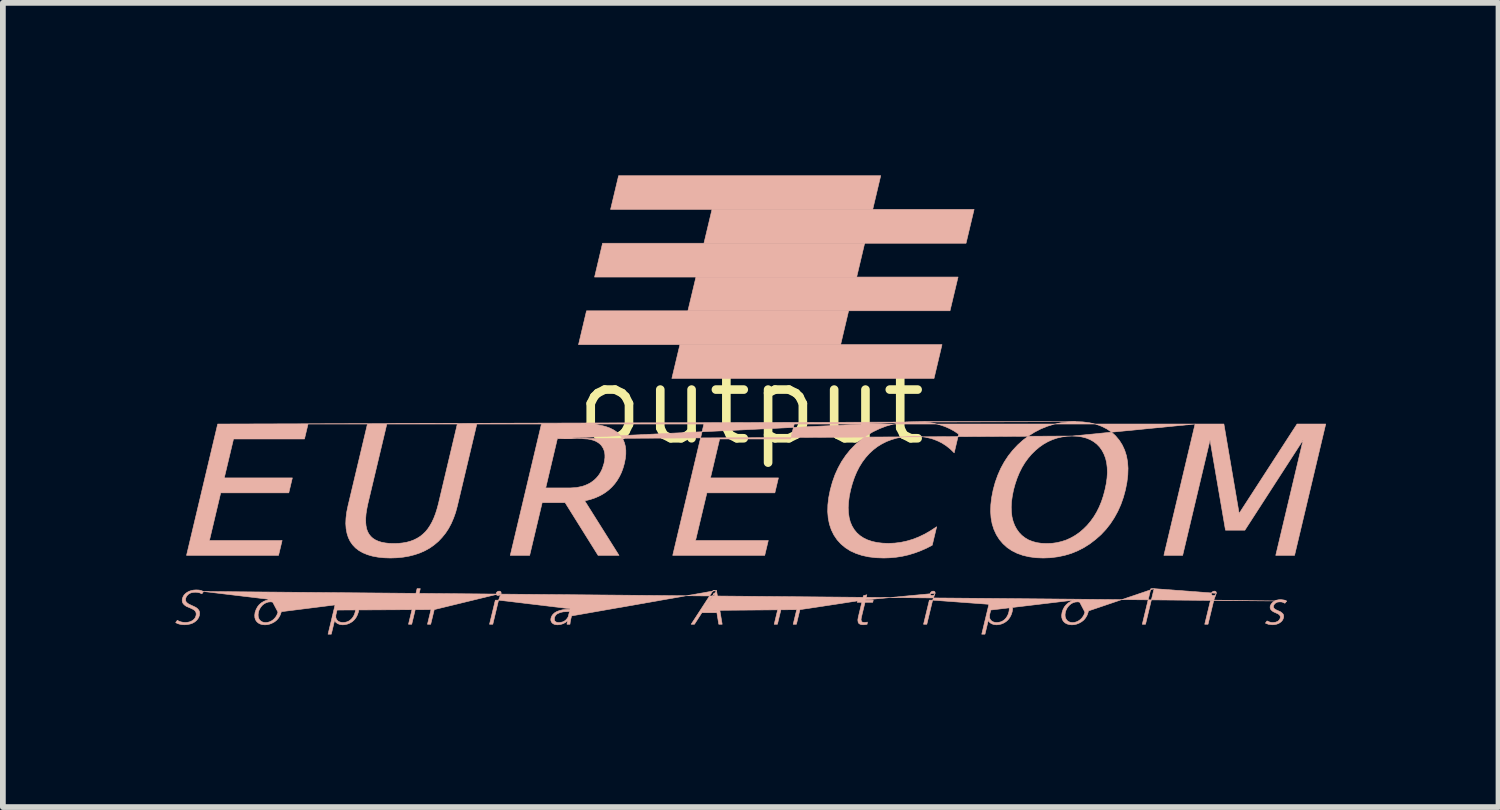
<source format=kicad_pcb>
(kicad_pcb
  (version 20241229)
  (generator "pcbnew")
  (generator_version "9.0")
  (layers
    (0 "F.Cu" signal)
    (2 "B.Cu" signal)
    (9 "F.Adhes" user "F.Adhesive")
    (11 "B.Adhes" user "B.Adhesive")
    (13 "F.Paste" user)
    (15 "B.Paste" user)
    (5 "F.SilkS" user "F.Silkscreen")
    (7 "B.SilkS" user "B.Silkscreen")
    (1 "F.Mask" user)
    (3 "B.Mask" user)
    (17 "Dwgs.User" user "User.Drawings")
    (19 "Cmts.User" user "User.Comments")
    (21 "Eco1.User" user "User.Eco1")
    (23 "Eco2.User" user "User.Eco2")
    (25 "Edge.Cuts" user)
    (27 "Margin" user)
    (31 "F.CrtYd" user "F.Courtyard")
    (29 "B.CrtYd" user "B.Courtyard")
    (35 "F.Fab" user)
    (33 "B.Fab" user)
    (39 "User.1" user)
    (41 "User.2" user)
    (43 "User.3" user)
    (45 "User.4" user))
  (footprint "output"
    (layer "F.Cu")
    (at 10.005 3.992)
    (property "Reference" "output" (at 0 0 0) (layer "F.SilkS") (effects (font (size 1.27 1.27) (thickness 0.15))))
    (attr through_hole)
    (fp_poly (pts (xy -2.855 -1.637) (xy 1.703 -1.637) (xy 1.564 -1.049) (xy -2.994 -1.049) (xy -2.855 -1.637)) (stroke (width 0.01) (type solid)) (fill yes) (layer "B.SilkS"))
    (fp_poly (pts (xy -2.576 -2.812) (xy 1.982 -2.812) (xy 1.843 -2.224) (xy -2.715 -2.224) (xy -2.576 -2.812)) (stroke (width 0.01) (type solid)) (fill yes) (layer "B.SilkS"))
    (fp_poly (pts (xy -2.297 -3.987) (xy 2.261 -3.987) (xy 2.122 -3.4) (xy -2.437 -3.4) (xy -2.297 -3.987)) (stroke (width 0.01) (type solid)) (fill yes) (layer "B.SilkS"))
    (fp_poly (pts (xy -1.231 -1.049) (xy 3.327 -1.049) (xy 3.188 -0.461) (xy -1.371 -0.461) (xy -1.231 -1.049)) (stroke (width 0.01) (type solid)) (fill yes) (layer "B.SilkS"))
    (fp_poly (pts (xy -0.952 -2.224) (xy 3.606 -2.224) (xy 3.466 -1.637) (xy -1.092 -1.637) (xy -0.952 -2.224)) (stroke (width 0.01) (type solid)) (fill yes) (layer "B.SilkS"))
    (fp_poly (pts (xy -0.673 -3.4) (xy 3.885 -3.4) (xy 3.745 -2.812) (xy -0.813 -2.812) (xy -0.673 -3.4)) (stroke (width 0.01) (type solid)) (fill yes) (layer "B.SilkS"))
    (fp_poly (pts (xy 2.877 0.29) (xy 2.739 0.295) (xy 2.606 0.31) (xy 2.478 0.334) (xy 2.355 0.369) (xy 2.237 0.414) (xy 2.125 0.468) (xy 2.017 0.533) (xy 1.915 0.607) (xy 1.819 0.69) (xy 1.731 0.781) (xy 1.653 0.878) (xy 1.582 0.983) (xy 1.52 1.096) (xy 1.466 1.215) (xy 1.421 1.342) (xy 1.384 1.476) (xy 1.357 1.61) (xy 1.342 1.737) (xy 1.339 1.856) (xy 1.348 1.968) (xy 1.369 2.073) (xy 1.402 2.171) (xy 1.446 2.261) (xy 1.502 2.344) (xy 1.57 2.419) (xy 1.647 2.483) (xy 1.733 2.538) (xy 1.83 2.582) (xy 1.936 2.617) (xy 2.052 2.642) (xy 2.179 2.657) (xy 2.315 2.662) (xy 2.424 2.658) (xy 2.532 2.648) (xy 2.64 2.631) (xy 2.745 2.607) (xy 2.85 2.575) (xy 2.953 2.537) (xy 3.056 2.492) (xy 3.157 2.44) (xy 3.234 2.118) (xy 3.131 2.186) (xy 3.029 2.245) (xy 2.925 2.295) (xy 2.821 2.336) (xy 2.716 2.367) (xy 2.61 2.39) (xy 2.504 2.403) (xy 2.396 2.408) (xy 2.294 2.404) (xy 2.199 2.393) (xy 2.112 2.374) (xy 2.034 2.348) (xy 1.963 2.314) (xy 1.901 2.273) (xy 1.846 2.224) (xy 1.8 2.168) (xy 1.762 2.105) (xy 1.732 2.035) (xy 1.712 1.958) (xy 1.7 1.875) (xy 1.696 1.785) (xy 1.702 1.689) (xy 1.715 1.586) (xy 1.738 1.476) (xy 1.768 1.366) (xy 1.803 1.263) (xy 1.843 1.167) (xy 1.889 1.077) (xy 1.941 0.993) (xy 1.998 0.917) (xy 2.06 0.847) (xy 2.128 0.784) (xy 2.201 0.727) (xy 2.279 0.679) (xy 2.361 0.637) (xy 2.448 0.604) (xy 2.539 0.577) (xy 2.634 0.559) (xy 2.734 0.547) (xy 2.838 0.544) (xy 2.944 0.548) (xy 3.044 0.562) (xy 3.139 0.584) (xy 3.229 0.616) (xy 3.314 0.656) (xy 3.394 0.706) (xy 3.469 0.765) (xy 3.539 0.833) (xy 3.616 0.507) (xy 3.54 0.456) (xy 3.46 0.412) (xy 3.375 0.375) (xy 3.285 0.345) (xy 3.19 0.321) (xy 3.091 0.304) (xy 2.987 0.293) (xy 2.877 0.29) (xy 5.65 0.29) (xy 5.521 0.295) (xy 5.396 0.31) (xy 5.276 0.335) (xy 5.159 0.371) (xy 5.047 0.416) (xy 4.939 0.472) (xy 4.835 0.537) (xy 4.735 0.613) (xy 4.642 0.697) (xy 4.557 0.788) (xy 4.48 0.885) (xy 4.411 0.99) (xy 4.35 1.101) (xy 4.298 1.219) (xy 4.253 1.344) (xy 4.217 1.476) (xy 4.191 1.608) (xy 4.176 1.734) (xy 4.172 1.852) (xy 4.18 1.963) (xy 4.199 2.068) (xy 4.23 2.165) (xy 4.272 2.256) (xy 4.325 2.34) (xy 4.389 2.415) (xy 4.462 2.481) (xy 4.544 2.536) (xy 4.635 2.581) (xy 4.734 2.616) (xy 4.843 2.641) (xy 4.961 2.657) (xy 5.087 2.662) (xy 5.216 2.657) (xy 5.34 2.641) (xy 5.46 2.616) (xy 5.577 2.581) (xy 5.689 2.535) (xy 5.796 2.48) (xy 5.9 2.414) (xy 5.999 2.338) (xy 6.093 2.255) (xy 6.178 2.164) (xy 6.255 2.066) (xy 6.323 1.962) (xy 6.384 1.851) (xy 6.437 1.733) (xy 6.481 1.608) (xy 6.517 1.476) (xy 6.543 1.344) (xy 6.558 1.219) (xy 6.562 1.101) (xy 6.554 0.99) (xy 6.535 0.885) (xy 6.504 0.788) (xy 6.462 0.697) (xy 6.409 0.613) (xy 6.345 0.537) (xy 6.273 0.472) (xy 6.191 0.416) (xy 6.101 0.371) (xy 6.002 0.335) (xy 5.893 0.31) (xy 5.776 0.295) (xy 5.65 0.29) (xy -9.269 0.332) (xy -9.811 2.616) (xy -8.211 2.616) (xy -8.149 2.357) (xy -9.413 2.357) (xy -9.217 1.529) (xy -8.033 1.529) (xy -7.971 1.269) (xy -9.155 1.269) (xy -8.994 0.592) (xy -7.76 0.592) (xy -7.698 0.332) (xy -9.269 0.332) (xy -6.665 0.332) (xy -7.004 1.759) (xy -7.026 1.867) (xy -7.038 1.968) (xy -7.042 2.063) (xy -7.036 2.151) (xy -7.021 2.231) (xy -6.998 2.305) (xy -6.965 2.373) (xy -6.923 2.433) (xy -6.872 2.487) (xy -6.812 2.533) (xy -6.743 2.572) (xy -6.665 2.604) (xy -6.579 2.629) (xy -6.483 2.647) (xy -6.379 2.658) (xy -6.266 2.662) (xy -6.151 2.658) (xy -6.042 2.647) (xy -5.939 2.629) (xy -5.841 2.604) (xy -5.748 2.572) (xy -5.661 2.533) (xy -5.579 2.487) (xy -5.503 2.433) (xy -5.432 2.373) (xy -5.368 2.305) (xy -5.308 2.231) (xy -5.255 2.151) (xy -5.208 2.063) (xy -5.167 1.968) (xy -5.131 1.867) (xy -5.102 1.759) (xy -4.763 0.332) (xy -5.102 0.332) (xy -5.431 1.72) (xy -5.455 1.809) (xy -5.481 1.891) (xy -5.51 1.967) (xy -5.542 2.036) (xy -5.577 2.098) (xy -5.615 2.155) (xy -5.656 2.205) (xy -5.701 2.248) (xy -5.748 2.286) (xy -5.801 2.319) (xy -5.857 2.347) (xy -5.918 2.37) (xy -5.984 2.388) (xy -6.053 2.4) (xy -6.128 2.408) (xy -6.206 2.41) (xy -6.284 2.408) (xy -6.355 2.4) (xy -6.419 2.388) (xy -6.476 2.37) (xy -6.527 2.347) (xy -6.571 2.319) (xy -6.607 2.286) (xy -6.637 2.248) (xy -6.661 2.205) (xy -6.679 2.155) (xy -6.69 2.098) (xy -6.696 2.036) (xy -6.695 1.967) (xy -6.689 1.891) (xy -6.676 1.809) (xy -6.658 1.72) (xy -6.328 0.332) (xy -6.665 0.332) (xy -3.639 0.332) (xy -4.181 2.616) (xy -3.844 2.616) (xy -3.626 1.698) (xy -3.228 1.698) (xy -2.654 2.616) (xy -2.29 2.616) (xy -2.886 1.668) (xy -2.787 1.644) (xy -2.695 1.612) (xy -2.61 1.573) (xy -2.532 1.526) (xy -2.471 1.48) (xy -2.416 1.429) (xy -2.365 1.372) (xy -2.321 1.311) (xy -2.281 1.244) (xy -2.247 1.173) (xy -2.219 1.096) (xy -2.196 1.014) (xy -2.18 0.932) (xy -2.172 0.856) (xy -2.172 0.785) (xy -2.18 0.719) (xy -2.196 0.658) (xy -2.219 0.602) (xy -2.251 0.552) (xy -2.29 0.506) (xy -2.337 0.465) (xy -2.392 0.43) (xy -2.454 0.4) (xy -2.524 0.375) (xy -2.601 0.356) (xy -2.686 0.343) (xy -2.779 0.335) (xy -2.88 0.332) (xy -3.639 0.332) (xy -0.814 0.332) (xy -1.356 2.616) (xy 0.244 2.616) (xy 0.306 2.357) (xy -0.959 2.357) (xy -0.762 1.529) (xy 0.42 1.529) (xy 0.482 1.269) (xy -0.7 1.269) (xy -0.54 0.592) (xy 0.695 0.592) (xy 0.757 0.332) (xy -0.814 0.332) (xy 7.728 0.332) (xy 7.186 2.616) (xy 7.512 2.616) (xy 7.988 0.61) (xy 8.257 2.178) (xy 8.594 2.178) (xy 9.607 0.61) (xy 9.131 2.616) (xy 9.458 2.616) (xy 10 0.332) (xy 9.501 0.332) (xy 8.494 1.887) (xy 8.229 0.332) (xy 7.728 0.332) (xy 5.59 0.541) (xy 5.679 0.545) (xy 5.76 0.557) (xy 5.835 0.576) (xy 5.904 0.604) (xy 5.965 0.639) (xy 6.02 0.682) (xy 6.069 0.733) (xy 6.111 0.792) (xy 6.145 0.858) (xy 6.172 0.929) (xy 6.19 1.006) (xy 6.2 1.089) (xy 6.203 1.177) (xy 6.197 1.271) (xy 6.183 1.371) (xy 6.161 1.476) (xy 6.133 1.581) (xy 6.1 1.681) (xy 6.061 1.775) (xy 6.017 1.863) (xy 5.967 1.946) (xy 5.912 2.022) (xy 5.852 2.094) (xy 5.786 2.159) (xy 5.717 2.218) (xy 5.644 2.269) (xy 5.568 2.312) (xy 5.49 2.348) (xy 5.408 2.375) (xy 5.324 2.395) (xy 5.237 2.407) (xy 5.147 2.41) (xy 5.059 2.407) (xy 4.977 2.395) (xy 4.902 2.375) (xy 4.833 2.348) (xy 4.772 2.312) (xy 4.716 2.269) (xy 4.667 2.218) (xy 4.625 2.159) (xy 4.59 2.094) (xy 4.563 2.022) (xy 4.544 1.946) (xy 4.534 1.863) (xy 4.531 1.775) (xy 4.536 1.681) (xy 4.55 1.581) (xy 4.571 1.476) (xy 4.6 1.371) (xy 4.634 1.271) (xy 4.673 1.177) (xy 4.717 1.089) (xy 4.767 1.006) (xy 4.823 0.929) (xy 4.883 0.858) (xy 4.95 0.792) (xy 5.02 0.733) (xy 5.093 0.682) (xy 5.169 0.639) (xy 5.247 0.604) (xy 5.329 0.576) (xy 5.413 0.557) (xy 5.5 0.545) (xy 5.59 0.541) (xy -3.362 0.586) (xy -2.94 0.586) (xy -2.831 0.593) (xy -2.783 0.602) (xy -2.739 0.614) (xy -2.699 0.629) (xy -2.663 0.649) (xy -2.631 0.671) (xy -2.604 0.697) (xy -2.581 0.727) (xy -2.562 0.759) (xy -2.549 0.794) (xy -2.539 0.832) (xy -2.535 0.873) (xy -2.535 0.917) (xy -2.541 0.964) (xy -2.55 1.014) (xy -2.581 1.111) (xy -2.602 1.155) (xy -2.626 1.197) (xy -2.653 1.235) (xy -2.684 1.271) (xy -2.717 1.303) (xy -2.754 1.332) (xy -2.794 1.359) (xy -2.837 1.381) (xy -2.882 1.4) (xy -2.929 1.416) (xy -3.031 1.437) (xy -3.143 1.444) (xy -3.565 1.444) (xy -3.362 0.586)) (stroke (width 0.01) (type solid)) (fill yes) (layer "B.SilkS"))
    (fp_poly (pts (xy -9.515 3.244) (xy -9.564 3.225) (xy -9.6 3.219) (xy -9.645 3.217) (xy -9.688 3.22) (xy -9.729 3.228) (xy -9.766 3.241) (xy -9.801 3.259) (xy -9.83 3.281) (xy -9.854 3.306) (xy -9.871 3.335) (xy -9.883 3.366) (xy -9.887 3.395) (xy -9.884 3.422) (xy -9.875 3.446) (xy -9.859 3.467) (xy -9.838 3.486) (xy -9.813 3.503) (xy -9.747 3.531) (xy -9.693 3.557) (xy -9.673 3.571) (xy -9.658 3.587) (xy -9.649 3.604) (xy -9.644 3.623) (xy -9.643 3.643) (xy -9.647 3.666) (xy -9.656 3.691) (xy -9.669 3.714) (xy -9.687 3.733) (xy -9.709 3.75) (xy -9.735 3.764) (xy -9.764 3.774) (xy -9.797 3.78) (xy -9.833 3.783) (xy -9.873 3.78) (xy -9.911 3.772) (xy -9.944 3.76) (xy -9.971 3.745) (xy -10 3.785) (xy -9.972 3.8) (xy -9.935 3.812) (xy -9.892 3.82) (xy -9.847 3.823) (xy -9.795 3.819) (xy -9.749 3.81) (xy -9.708 3.796) (xy -9.672 3.776) (xy -9.642 3.752) (xy -9.618 3.725) (xy -9.6 3.695) (xy -9.588 3.662) (xy -9.584 3.631) (xy -9.585 3.604) (xy -9.593 3.579) (xy -9.607 3.558) (xy -9.626 3.538) (xy -9.651 3.52) (xy -9.717 3.489) (xy -9.773 3.463) (xy -9.81 3.435) (xy -9.821 3.419) (xy -9.827 3.402) (xy -9.828 3.382) (xy -9.825 3.359) (xy -9.809 3.324) (xy -9.777 3.291) (xy -9.754 3.277) (xy -9.727 3.266) (xy -9.695 3.26) (xy -9.658 3.257) (xy -9.618 3.26) (xy -9.585 3.267) (xy -9.544 3.285) (xy -9.515 3.244) (xy -8.336 3.385) (xy -8.382 3.389) (xy -8.426 3.399) (xy -8.469 3.417) (xy -8.51 3.442) (xy -8.547 3.474) (xy -8.577 3.512) (xy -8.601 3.557) (xy -8.619 3.608) (xy -8.625 3.656) (xy -8.623 3.698) (xy -8.612 3.735) (xy -8.592 3.766) (xy -8.565 3.791) (xy -8.532 3.809) (xy -8.493 3.82) (xy -8.447 3.824) (xy -8.405 3.821) (xy -8.363 3.811) (xy -8.321 3.794) (xy -8.279 3.771) (xy -8.241 3.74) (xy -8.208 3.701) (xy -8.183 3.655) (xy -8.163 3.6) (xy -8.157 3.554) (xy -8.158 3.513) (xy -8.169 3.477) (xy -8.187 3.445) (xy -8.214 3.419) (xy -8.247 3.401) (xy -8.288 3.389) (xy -8.336 3.385) (xy -8.221 3.603) (xy -8.234 3.641) (xy -8.251 3.675) (xy -8.274 3.705) (xy -8.301 3.733) (xy -8.332 3.755) (xy -8.365 3.771) (xy -8.4 3.781) (xy -8.436 3.785) (xy -8.47 3.781) (xy -8.5 3.771) (xy -8.524 3.755) (xy -8.544 3.733) (xy -8.558 3.706) (xy -8.565 3.676) (xy -8.566 3.643) (xy -8.561 3.606) (xy -8.551 3.572) (xy -8.535 3.54) (xy -8.515 3.51) (xy -8.491 3.482) (xy -8.461 3.458) (xy -8.427 3.44) (xy -8.389 3.428) (xy -8.347 3.424) (xy -8.294 3.432) (xy -8.273 3.441) (xy -8.256 3.453) (xy -8.232 3.484) (xy -8.219 3.522) (xy -8.216 3.563) (xy -8.221 3.603) (xy -7.174 3.471) (xy -7.16 3.395) (xy -7.212 3.395) (xy -7.224 3.456) (xy -7.24 3.528) (xy -7.35 3.987) (xy -7.294 3.987) (xy -7.237 3.75) (xy -7.235 3.75) (xy -7.214 3.781) (xy -7.182 3.804) (xy -7.141 3.819) (xy -7.093 3.824) (xy -7.051 3.82) (xy -7.009 3.81) (xy -6.969 3.793) (xy -6.929 3.769) (xy -6.894 3.737) (xy -6.864 3.698) (xy -6.84 3.652) (xy -6.821 3.598) (xy -6.814 3.553) (xy -6.816 3.512) (xy -6.825 3.476) (xy -6.842 3.444) (xy -6.866 3.419) (xy -6.896 3.401) (xy -6.933 3.389) (xy -6.976 3.385) (xy -7.034 3.391) (xy -7.087 3.408) (xy -7.133 3.435) (xy -7.172 3.471) (xy -7.174 3.471) (xy -7.193 3.567) (xy -7.185 3.543) (xy -7.171 3.52) (xy -7.13 3.474) (xy -7.102 3.453) (xy -7.071 3.438) (xy -7.037 3.429) (xy -6.999 3.424) (xy -6.963 3.429) (xy -6.933 3.439) (xy -6.909 3.455) (xy -6.891 3.478) (xy -6.879 3.504) (xy -6.873 3.534) (xy -6.873 3.566) (xy -6.878 3.6) (xy -6.89 3.64) (xy -6.907 3.675) (xy -6.928 3.706) (xy -6.954 3.733) (xy -6.983 3.755) (xy -7.016 3.771) (xy -7.051 3.78) (xy -7.09 3.784) (xy -7.123 3.781) (xy -7.15 3.773) (xy -7.174 3.761) (xy -7.192 3.744) (xy -7.206 3.723) (xy -7.214 3.701) (xy -7.216 3.676) (xy -7.213 3.649) (xy -7.193 3.567) (xy -5.503 3.559) (xy -5.498 3.524) (xy -5.497 3.494) (xy -5.5 3.468) (xy -5.509 3.447) (xy -5.534 3.415) (xy -5.566 3.397) (xy -5.6 3.387) (xy -5.629 3.385) (xy -5.681 3.391) (xy -5.731 3.408) (xy -5.775 3.434) (xy -5.809 3.466) (xy -5.811 3.466) (xy -5.746 3.195) (xy -5.802 3.195) (xy -5.951 3.814) (xy -5.895 3.814) (xy -5.833 3.556) (xy -5.827 3.535) (xy -5.817 3.517) (xy -5.788 3.482) (xy -5.749 3.453) (xy -5.703 3.433) (xy -5.655 3.426) (xy -5.623 3.429) (xy -5.597 3.437) (xy -5.578 3.45) (xy -5.566 3.468) (xy -5.558 3.489) (xy -5.555 3.512) (xy -5.561 3.565) (xy -5.621 3.814) (xy -5.565 3.814) (xy -5.503 3.559) (xy -4.341 3.276) (xy -4.341 3.261) (xy -4.346 3.249) (xy -4.357 3.241) (xy -4.374 3.238) (xy -4.392 3.241) (xy -4.407 3.249) (xy -4.419 3.261) (xy -4.426 3.276) (xy -4.426 3.29) (xy -4.421 3.303) (xy -4.409 3.311) (xy -4.393 3.314) (xy -4.376 3.312) (xy -4.36 3.304) (xy -4.348 3.291) (xy -4.341 3.276) (xy -4.385 3.395) (xy -4.441 3.395) (xy -4.542 3.814) (xy -4.485 3.814) (xy -4.385 3.395) (xy -3.086 3.551) (xy -3.08 3.52) (xy -3.079 3.492) (xy -3.083 3.464) (xy -3.092 3.438) (xy -3.108 3.416) (xy -3.135 3.4) (xy -3.17 3.389) (xy -3.216 3.385) (xy -3.253 3.387) (xy -3.292 3.394) (xy -3.331 3.405) (xy -3.369 3.421) (xy -3.361 3.455) (xy -3.33 3.441) (xy -3.297 3.431) (xy -3.233 3.424) (xy -3.183 3.43) (xy -3.166 3.438) (xy -3.154 3.448) (xy -3.139 3.473) (xy -3.135 3.502) (xy -3.143 3.554) (xy -3.212 3.556) (xy -3.272 3.563) (xy -3.326 3.576) (xy -3.371 3.593) (xy -3.409 3.615) (xy -3.439 3.642) (xy -3.46 3.672) (xy -3.473 3.707) (xy -3.476 3.729) (xy -3.475 3.75) (xy -3.468 3.769) (xy -3.457 3.787) (xy -3.44 3.802) (xy -3.418 3.814) (xy -3.391 3.821) (xy -3.358 3.824) (xy -3.305 3.818) (xy -3.258 3.803) (xy -3.219 3.781) (xy -3.19 3.756) (xy -3.187 3.756) (xy -3.195 3.814) (xy -3.143 3.814) (xy -3.137 3.765) (xy -3.126 3.714) (xy -3.086 3.551) (xy -3.172 3.679) (xy -3.187 3.708) (xy -3.219 3.744) (xy -3.242 3.76) (xy -3.27 3.773) (xy -3.302 3.781) (xy -3.339 3.785) (xy -3.374 3.78) (xy -3.4 3.765) (xy -3.409 3.753) (xy -3.414 3.738) (xy -3.413 3.7) (xy -3.404 3.678) (xy -3.392 3.659) (xy -3.377 3.642) (xy -3.357 3.629) (xy -3.312 3.61) (xy -3.26 3.598) (xy -3.151 3.592) (xy -3.172 3.679) (xy -0.595 3.226) (xy -0.653 3.226) (xy -1.035 3.814) (xy -0.978 3.814) (xy -0.849 3.613) (xy -0.588 3.613) (xy -0.555 3.814) (xy -0.496 3.814) (xy -0.595 3.226) (xy -0.825 3.574) (xy -0.7 3.381) (xy -0.667 3.327) (xy -0.639 3.275) (xy -0.636 3.275) (xy -0.632 3.327) (xy -0.626 3.384) (xy -0.594 3.574) (xy -0.825 3.574) (xy 0.856 3.56) (xy 0.862 3.525) (xy 0.863 3.495) (xy 0.859 3.469) (xy 0.851 3.447) (xy 0.826 3.416) (xy 0.793 3.397) (xy 0.759 3.387) (xy 0.73 3.385) (xy 0.673 3.392) (xy 0.622 3.41) (xy 0.579 3.436) (xy 0.546 3.468) (xy 0.544 3.468) (xy 0.557 3.395) (xy 0.506 3.395) (xy 0.497 3.443) (xy 0.485 3.497) (xy 0.409 3.814) (xy 0.465 3.814) (xy 0.527 3.555) (xy 0.536 3.53) (xy 0.55 3.506) (xy 0.568 3.485) (xy 0.591 3.465) (xy 0.616 3.448) (xy 0.644 3.436) (xy 0.673 3.428) (xy 0.704 3.425) (xy 0.736 3.429) (xy 0.762 3.437) (xy 0.781 3.45) (xy 0.794 3.468) (xy 0.802 3.489) (xy 0.805 3.513) (xy 0.799 3.566) (xy 0.739 3.814) (xy 0.795 3.814) (xy 0.856 3.56) (xy 1.942 3.395) (xy 1.862 3.395) (xy 1.853 3.433) (xy 1.933 3.433) (xy 1.871 3.691) (xy 1.863 3.739) (xy 1.869 3.781) (xy 1.879 3.798) (xy 1.897 3.811) (xy 1.922 3.82) (xy 1.955 3.823) (xy 1.995 3.82) (xy 2.025 3.814) (xy 2.029 3.776) (xy 2.005 3.781) (xy 1.974 3.783) (xy 1.943 3.778) (xy 1.932 3.77) (xy 1.925 3.76) (xy 1.919 3.733) (xy 1.924 3.697) (xy 1.988 3.433) (xy 2.122 3.433) (xy 2.131 3.395) (xy 1.997 3.395) (xy 2.02 3.301) (xy 1.96 3.318) (xy 1.942 3.395) (xy 3.207 3.276) (xy 3.207 3.261) (xy 3.202 3.249) (xy 3.191 3.241) (xy 3.174 3.238) (xy 3.156 3.241) (xy 3.141 3.249) (xy 3.129 3.261) (xy 3.122 3.276) (xy 3.122 3.29) (xy 3.128 3.303) (xy 3.139 3.311) (xy 3.155 3.314) (xy 3.172 3.312) (xy 3.188 3.304) (xy 3.2 3.291) (xy 3.207 3.276) (xy 3.164 3.395) (xy 3.107 3.395) (xy 3.006 3.814) (xy 3.063 3.814) (xy 3.164 3.395) (xy 4.195 3.471) (xy 4.208 3.395) (xy 4.157 3.395) (xy 4.145 3.456) (xy 4.128 3.528) (xy 4.018 3.987) (xy 4.074 3.987) (xy 4.131 3.75) (xy 4.133 3.75) (xy 4.154 3.781) (xy 4.186 3.804) (xy 4.227 3.819) (xy 4.275 3.824) (xy 4.318 3.82) (xy 4.359 3.81) (xy 4.4 3.793) (xy 4.439 3.769) (xy 4.475 3.737) (xy 4.505 3.698) (xy 4.529 3.652) (xy 4.547 3.598) (xy 4.554 3.553) (xy 4.553 3.512) (xy 4.544 3.476) (xy 4.527 3.444) (xy 4.502 3.419) (xy 4.472 3.401) (xy 4.435 3.389) (xy 4.392 3.385) (xy 4.334 3.391) (xy 4.282 3.408) (xy 4.236 3.435) (xy 4.197 3.471) (xy 4.195 3.471) (xy 4.175 3.567) (xy 4.184 3.543) (xy 4.197 3.52) (xy 4.239 3.474) (xy 4.266 3.453) (xy 4.297 3.438) (xy 4.332 3.429) (xy 4.369 3.424) (xy 4.406 3.429) (xy 4.436 3.439) (xy 4.46 3.455) (xy 4.478 3.478) (xy 4.489 3.504) (xy 4.496 3.534) (xy 4.496 3.566) (xy 4.49 3.6) (xy 4.478 3.64) (xy 4.461 3.675) (xy 4.44 3.706) (xy 4.415 3.733) (xy 4.385 3.755) (xy 4.353 3.771) (xy 4.317 3.78) (xy 4.278 3.784) (xy 4.246 3.781) (xy 4.218 3.773) (xy 4.195 3.761) (xy 4.176 3.744) (xy 4.162 3.723) (xy 4.154 3.701) (xy 4.152 3.676) (xy 4.155 3.649) (xy 4.175 3.567) (xy 5.698 3.385) (xy 5.652 3.389) (xy 5.607 3.399) (xy 5.565 3.417) (xy 5.524 3.442) (xy 5.487 3.474) (xy 5.456 3.512) (xy 5.432 3.557) (xy 5.415 3.608) (xy 5.408 3.656) (xy 5.41 3.698) (xy 5.421 3.735) (xy 5.441 3.766) (xy 5.468 3.791) (xy 5.502 3.809) (xy 5.541 3.82) (xy 5.586 3.824) (xy 5.628 3.821) (xy 5.671 3.811) (xy 5.713 3.794) (xy 5.754 3.771) (xy 5.793 3.74) (xy 5.825 3.701) (xy 5.851 3.655) (xy 5.87 3.6) (xy 5.877 3.554) (xy 5.875 3.513) (xy 5.865 3.477) (xy 5.846 3.445) (xy 5.82 3.419) (xy 5.786 3.401) (xy 5.746 3.389) (xy 5.698 3.385) (xy 5.812 3.603) (xy 5.8 3.641) (xy 5.782 3.675) (xy 5.76 3.705) (xy 5.732 3.733) (xy 5.701 3.755) (xy 5.669 3.771) (xy 5.634 3.781) (xy 5.597 3.785) (xy 5.563 3.781) (xy 5.534 3.771) (xy 5.509 3.755) (xy 5.49 3.733) (xy 5.476 3.706) (xy 5.468 3.676) (xy 5.467 3.643) (xy 5.472 3.606) (xy 5.483 3.572) (xy 5.498 3.54) (xy 5.518 3.51) (xy 5.543 3.482) (xy 5.572 3.458) (xy 5.606 3.44) (xy 5.644 3.428) (xy 5.687 3.424) (xy 5.739 3.432) (xy 5.76 3.441) (xy 5.777 3.453) (xy 5.802 3.484) (xy 5.815 3.522) (xy 5.818 3.563) (xy 5.812 3.603) (xy 7.015 3.195) (xy 6.959 3.195) (xy 6.81 3.814) (xy 6.866 3.814) (xy 7.015 3.195) (xy 8.097 3.276) (xy 8.097 3.261) (xy 8.092 3.249) (xy 8.081 3.241) (xy 8.064 3.238) (xy 8.046 3.241) (xy 8.031 3.249) (xy 8.019 3.261) (xy 8.012 3.276) (xy 8.012 3.29) (xy 8.018 3.303) (xy 8.029 3.311) (xy 8.045 3.314) (xy 8.062 3.312) (xy 8.078 3.304) (xy 8.09 3.291) (xy 8.097 3.276) (xy 8.054 3.395) (xy 7.997 3.395) (xy 7.896 3.814) (xy 7.953 3.814) (xy 8.054 3.395) (xy 9.32 3.411) (xy 9.277 3.393) (xy 9.217 3.385) (xy 9.182 3.388) (xy 9.15 3.394) (xy 9.122 3.405) (xy 9.096 3.419) (xy 9.074 3.437) (xy 9.057 3.456) (xy 9.044 3.477) (xy 9.035 3.5) (xy 9.033 3.519) (xy 9.035 3.536) (xy 9.041 3.552) (xy 9.052 3.567) (xy 9.084 3.594) (xy 9.132 3.616) (xy 9.172 3.634) (xy 9.198 3.654) (xy 9.21 3.678) (xy 9.209 3.707) (xy 9.195 3.737) (xy 9.169 3.762) (xy 9.131 3.778) (xy 9.082 3.784) (xy 9.05 3.782) (xy 9.023 3.775) (xy 8.98 3.756) (xy 8.951 3.794) (xy 9.003 3.815) (xy 9.069 3.823) (xy 9.106 3.821) (xy 9.139 3.815) (xy 9.169 3.805) (xy 9.197 3.791) (xy 9.222 3.773) (xy 9.241 3.753) (xy 9.256 3.729) (xy 9.266 3.701) (xy 9.269 3.679) (xy 9.267 3.659) (xy 9.261 3.641) (xy 9.25 3.626) (xy 9.217 3.599) (xy 9.169 3.577) (xy 9.131 3.56) (xy 9.105 3.542) (xy 9.092 3.521) (xy 9.092 3.493) (xy 9.105 3.467) (xy 9.128 3.445) (xy 9.16 3.429) (xy 9.201 3.424) (xy 9.232 3.426) (xy 9.257 3.433) (xy 9.29 3.449) (xy 9.32 3.411)) (stroke (width 0.01) (type solid)) (fill yes) (layer "B.SilkS")))
  (gr_rect
    (start -3 -3)
    (end 23.01 10.985)
    (stroke (width 0.1) (type default))
    (fill no)
    (layer "Edge.Cuts")))
</source>
